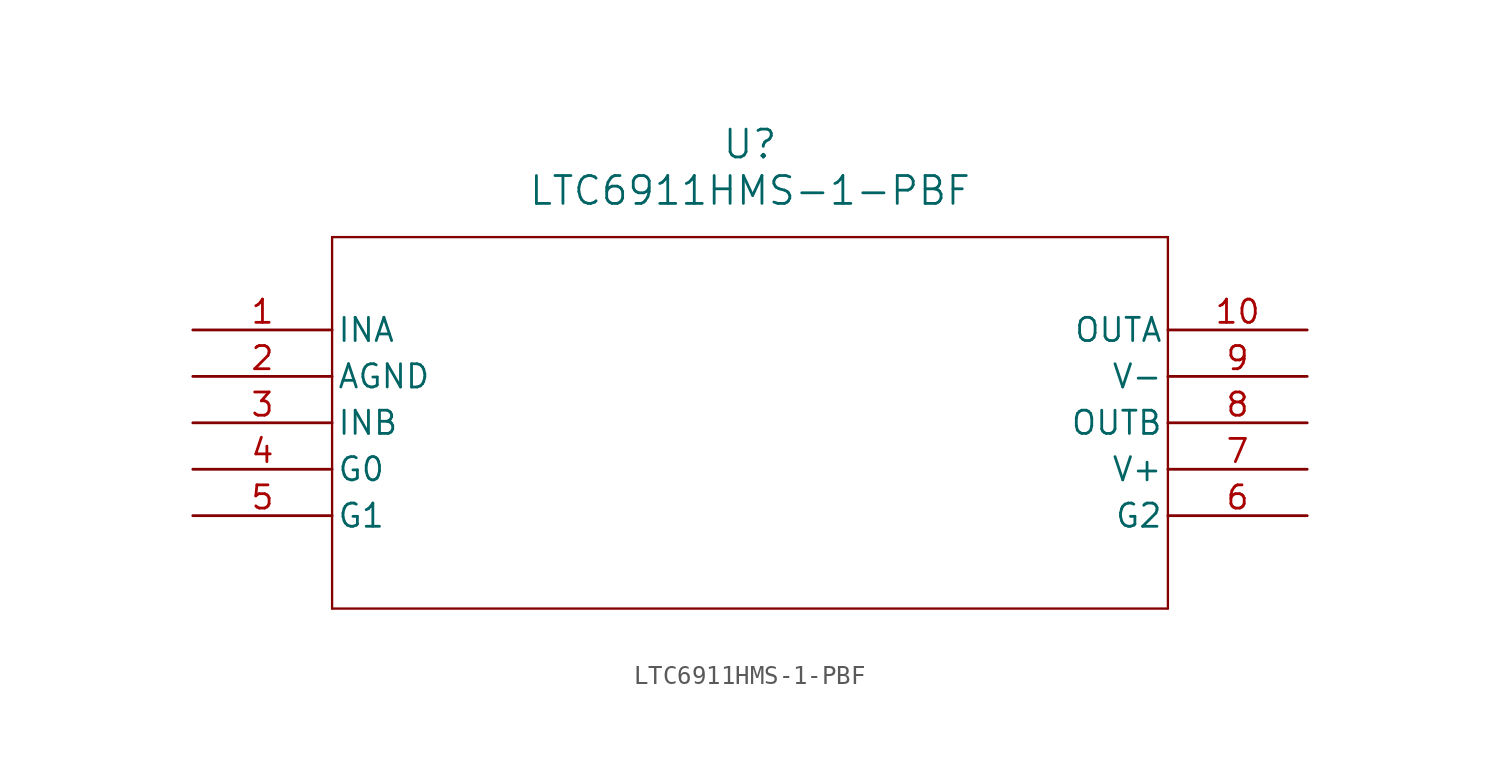
<source format=kicad_sym>
(kicad_symbol_lib
  (version 20231120)
  (generator "kicad_symbol_editor")
  (generator_version "8.0")
  (symbol "LTC6911HMS-1-PBF"
    (pin_names
      (offset 0.254))
    (property "Reference" "U"
      (at 30.48 10.16 0)
      (effects (font (size 1.524 1.524))))
    (property "Value" "LTC6911HMS-1-PBF"
      (at 30.48 7.62 0)
      (effects (font (size 1.524 1.524))))
    (property "ki_locked" ""
      (at 0 0 0)
      (effects (font (size 1.27 1.27))))
    (symbol "LTC6911HMS-1-PBF_1_1"
      (polyline (pts (xy 7.62 -15.24) (xy 53.34 -15.24)) (stroke (width 0.127) (type default)) (fill (type none)))
      (polyline (pts (xy 7.62 5.08) (xy 7.62 -15.24)) (stroke (width 0.127) (type default)) (fill (type none)))
      (polyline (pts (xy 53.34 -15.24) (xy 53.34 5.08)) (stroke (width 0.127) (type default)) (fill (type none)))
      (polyline (pts (xy 53.34 5.08) (xy 7.62 5.08)) (stroke (width 0.127) (type default)) (fill (type none)))
      (pin input line (at 0 0 0) (length 7.62) (name "INA" (effects (font (size 1.27 1.27)))) (number "1" (effects (font (size 1.27 1.27)))))
      (pin output line (at 60.96 0 180) (length 7.62) (name "OUTA" (effects (font (size 1.27 1.27)))) (number "10" (effects (font (size 1.27 1.27)))))
      (pin power_in line (at 0 -2.54 0) (length 7.62) (name "AGND" (effects (font (size 1.27 1.27)))) (number "2" (effects (font (size 1.27 1.27)))))
      (pin input line (at 0 -5.08 0) (length 7.62) (name "INB" (effects (font (size 1.27 1.27)))) (number "3" (effects (font (size 1.27 1.27)))))
      (pin input line (at 0 -7.62 0) (length 7.62) (name "G0" (effects (font (size 1.27 1.27)))) (number "4" (effects (font (size 1.27 1.27)))))
      (pin input line (at 0 -10.16 0) (length 7.62) (name "G1" (effects (font (size 1.27 1.27)))) (number "5" (effects (font (size 1.27 1.27)))))
      (pin input line (at 60.96 -10.16 180) (length 7.62) (name "G2" (effects (font (size 1.27 1.27)))) (number "6" (effects (font (size 1.27 1.27)))))
      (pin power_in line (at 60.96 -7.62 180) (length 7.62) (name "V+" (effects (font (size 1.27 1.27)))) (number "7" (effects (font (size 1.27 1.27)))))
      (pin output line (at 60.96 -5.08 180) (length 7.62) (name "OUTB" (effects (font (size 1.27 1.27)))) (number "8" (effects (font (size 1.27 1.27)))))
      (pin power_in line (at 60.96 -2.54 180) (length 7.62) (name "V-" (effects (font (size 1.27 1.27)))) (number "9" (effects (font (size 1.27 1.27))))))))
</source>
